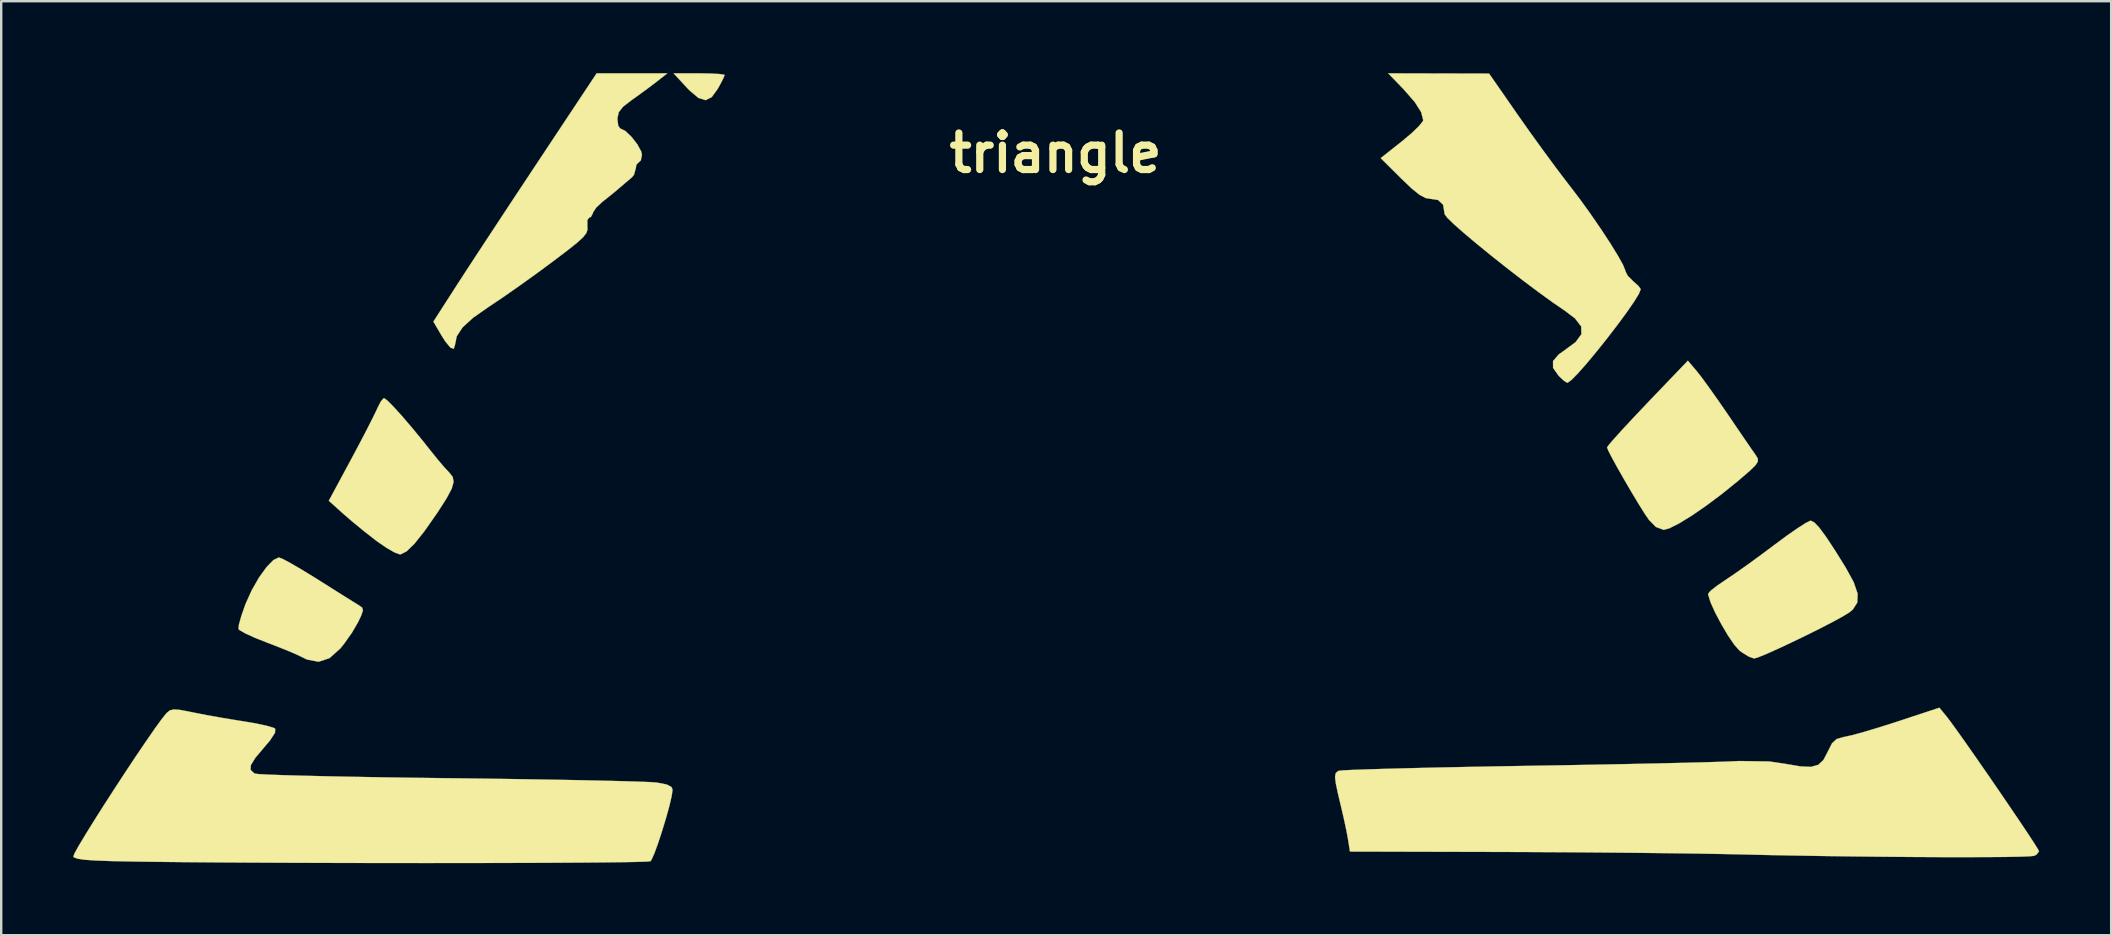
<source format=kicad_pcb>
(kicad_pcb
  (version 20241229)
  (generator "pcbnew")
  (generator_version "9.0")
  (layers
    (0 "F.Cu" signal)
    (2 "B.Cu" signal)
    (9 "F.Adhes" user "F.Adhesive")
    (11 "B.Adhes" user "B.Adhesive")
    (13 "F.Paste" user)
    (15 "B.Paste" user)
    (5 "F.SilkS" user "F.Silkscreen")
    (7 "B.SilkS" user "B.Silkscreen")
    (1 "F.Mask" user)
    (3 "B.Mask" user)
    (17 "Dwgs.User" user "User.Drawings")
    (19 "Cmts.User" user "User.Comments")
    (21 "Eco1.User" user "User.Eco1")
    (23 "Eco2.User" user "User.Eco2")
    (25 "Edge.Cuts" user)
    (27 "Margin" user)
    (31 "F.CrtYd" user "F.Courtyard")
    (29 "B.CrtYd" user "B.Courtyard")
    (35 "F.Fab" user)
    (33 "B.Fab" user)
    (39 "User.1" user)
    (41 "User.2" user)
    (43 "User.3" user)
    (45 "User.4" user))
  (footprint "triangle"
    (layer "F.Cu")
    (at 40.924 3.324)
    (property "Reference" "triangle" (at 0 0 0) (layer "F.SilkS") (effects (font (size 1.524 1.524) (thickness 0.3))))
    (attr through_hole)
    (fp_poly (pts (xy -14.363 -3.311) (xy -13.994 -3.29) (xy -13.8 -3.26) (xy -13.785 -3.248) (xy -13.843 -3.104) (xy -13.989 -2.823) (xy -14.072 -2.675) (xy -14.323 -2.329) (xy -14.58 -2.201) (xy -14.877 -2.293) (xy -15.25 -2.607) (xy -15.39 -2.754) (xy -15.911 -3.319) (xy -14.848 -3.319) (xy -14.363 -3.311)) (stroke (width 0.01) (type solid)) (fill yes) (layer "F.SilkS"))
    (fp_poly (pts (xy -27.842 10.306) (xy -27.583 10.566) (xy -27.23 10.955) (xy -26.815 11.439) (xy -26.37 11.98) (xy -26.058 12.373) (xy -25.74 12.768) (xy -25.449 13.11) (xy -25.255 13.316) (xy -25.114 13.495) (xy -25.077 13.705) (xy -25.157 13.987) (xy -25.368 14.383) (xy -25.721 14.935) (xy -25.761 14.995) (xy -26.285 15.745) (xy -26.706 16.275) (xy -27.037 16.596) (xy -27.285 16.719) (xy -27.314 16.721) (xy -27.524 16.647) (xy -27.862 16.455) (xy -28.259 16.183) (xy -28.29 16.16) (xy -28.783 15.776) (xy -29.303 15.35) (xy -29.657 15.044) (xy -30.276 14.487) (xy -29.357 12.782) (xy -29.019 12.148) (xy -28.711 11.559) (xy -28.461 11.068) (xy -28.295 10.727) (xy -28.258 10.644) (xy -28.115 10.361) (xy -27.993 10.216) (xy -27.975 10.211) (xy -27.842 10.306)) (stroke (width 0.01) (type solid)) (fill yes) (layer "F.SilkS"))
    (fp_poly (pts (xy -32.194 16.913) (xy -31.859 17.092) (xy -31.401 17.359) (xy -30.863 17.688) (xy -30.727 17.774) (xy -30.167 18.127) (xy -29.668 18.441) (xy -29.278 18.684) (xy -29.046 18.827) (xy -29.023 18.842) (xy -28.886 18.94) (xy -28.854 19.062) (xy -28.931 19.282) (xy -29.056 19.544) (xy -29.31 19.981) (xy -29.642 20.45) (xy -29.8 20.645) (xy -30.248 21.044) (xy -30.7 21.194) (xy -31.185 21.103) (xy -31.399 20.998) (xy -31.659 20.874) (xy -32.086 20.694) (xy -32.605 20.489) (xy -32.85 20.396) (xy -33.347 20.199) (xy -33.746 20.018) (xy -33.99 19.88) (xy -34.038 19.832) (xy -34.021 19.652) (xy -33.926 19.305) (xy -33.771 18.859) (xy -33.736 18.766) (xy -33.482 18.206) (xy -33.182 17.684) (xy -32.87 17.251) (xy -32.583 16.956) (xy -32.359 16.848) (xy -32.194 16.913)) (stroke (width 0.01) (type solid)) (fill yes) (layer "F.SilkS"))
    (fp_poly (pts (xy 26.706 9.081) (xy 26.918 9.351) (xy 27.23 9.777) (xy 27.601 10.302) (xy 27.993 10.869) (xy 28.023 10.913) (xy 28.395 11.461) (xy 28.732 11.954) (xy 28.998 12.342) (xy 29.16 12.574) (xy 29.173 12.592) (xy 29.255 12.727) (xy 29.259 12.853) (xy 29.156 13.012) (xy 28.918 13.243) (xy 28.516 13.589) (xy 28.439 13.655) (xy 27.773 14.194) (xy 27.115 14.687) (xy 26.501 15.11) (xy 25.969 15.435) (xy 25.559 15.64) (xy 25.332 15.699) (xy 25.012 15.58) (xy 24.721 15.285) (xy 24.539 15.017) (xy 24.288 14.616) (xy 23.997 14.132) (xy 23.696 13.617) (xy 23.413 13.121) (xy 23.18 12.696) (xy 23.024 12.392) (xy 22.975 12.265) (xy 23.059 12.147) (xy 23.294 11.876) (xy 23.651 11.482) (xy 24.105 10.995) (xy 24.626 10.445) (xy 24.658 10.411) (xy 26.342 8.652) (xy 26.706 9.081)) (stroke (width 0.01) (type solid)) (fill yes) (layer "F.SilkS"))
    (fp_poly (pts (xy 31.604 15.386) (xy 31.815 15.605) (xy 32.103 15.995) (xy 32.484 16.574) (xy 32.914 17.265) (xy 33.254 17.886) (xy 33.415 18.361) (xy 33.401 18.727) (xy 33.215 19.018) (xy 33.069 19.138) (xy 32.802 19.302) (xy 32.379 19.533) (xy 31.847 19.808) (xy 31.255 20.103) (xy 30.651 20.394) (xy 30.085 20.659) (xy 29.605 20.874) (xy 29.258 21.015) (xy 29.102 21.059) (xy 28.885 20.983) (xy 28.583 20.797) (xy 28.495 20.73) (xy 28.282 20.494) (xy 28.017 20.105) (xy 27.737 19.632) (xy 27.48 19.146) (xy 27.285 18.714) (xy 27.191 18.406) (xy 27.187 18.36) (xy 27.287 18.24) (xy 27.548 18.033) (xy 27.911 17.786) (xy 28.303 17.522) (xy 28.827 17.152) (xy 29.411 16.726) (xy 29.955 16.32) (xy 30.464 15.943) (xy 30.912 15.631) (xy 31.254 15.413) (xy 31.446 15.318) (xy 31.458 15.317) (xy 31.604 15.386)) (stroke (width 0.01) (type solid)) (fill yes) (layer "F.SilkS"))
    (fp_poly (pts (xy -16.622 -2.968) (xy -16.999 -2.682) (xy -17.449 -2.354) (xy -17.661 -2.204) (xy -18.017 -1.929) (xy -18.197 -1.699) (xy -18.252 -1.445) (xy -18.252 -1.407) (xy -18.218 -1.137) (xy -18.137 -1.021) (xy -18.134 -1.021) (xy -17.926 -0.921) (xy -17.667 -0.675) (xy -17.423 -0.362) (xy -17.261 -0.063) (xy -17.231 0.074) (xy -17.276 0.309) (xy -17.359 0.383) (xy -17.463 0.49) (xy -17.486 0.633) (xy -17.562 0.907) (xy -17.646 1.012) (xy -17.85 1.183) (xy -18.127 1.42) (xy -18.145 1.436) (xy -18.491 1.726) (xy -18.863 2.021) (xy -18.879 2.034) (xy -19.134 2.27) (xy -19.267 2.474) (xy -19.273 2.508) (xy -19.357 2.665) (xy -19.415 2.68) (xy -19.505 2.79) (xy -19.505 3.041) (xy -19.499 3.192) (xy -19.55 3.339) (xy -19.686 3.512) (xy -19.936 3.741) (xy -20.331 4.056) (xy -20.899 4.486) (xy -20.998 4.56) (xy -21.653 5.043) (xy -22.347 5.541) (xy -23.004 5.999) (xy -23.547 6.365) (xy -23.624 6.415) (xy -24.273 6.87) (xy -24.705 7.267) (xy -24.945 7.632) (xy -25.017 7.983) (xy -25.068 8.156) (xy -25.209 8.108) (xy -25.424 7.849) (xy -25.584 7.596) (xy -25.919 7.024) (xy -24.926 5.48) (xy -24.606 4.986) (xy -24.171 4.32) (xy -23.647 3.522) (xy -23.062 2.633) (xy -22.441 1.692) (xy -21.811 0.74) (xy -21.525 0.309) (xy -19.118 -3.319) (xy -16.175 -3.319) (xy -16.622 -2.968)) (stroke (width 0.01) (type solid)) (fill yes) (layer "F.SilkS"))
    (fp_poly (pts (xy 18.061 -3.309) (xy 19.273 -1.565) (xy 19.772 -0.858) (xy 20.31 -0.113) (xy 20.834 0.598) (xy 21.289 1.198) (xy 21.421 1.368) (xy 21.857 1.94) (xy 22.301 2.557) (xy 22.728 3.179) (xy 23.112 3.765) (xy 23.426 4.275) (xy 23.644 4.667) (xy 23.739 4.903) (xy 23.741 4.924) (xy 23.833 5.111) (xy 24.055 5.334) (xy 24.06 5.338) (xy 24.282 5.537) (xy 24.379 5.672) (xy 24.379 5.675) (xy 24.302 5.867) (xy 24.093 6.207) (xy 23.781 6.657) (xy 23.398 7.176) (xy 22.975 7.727) (xy 22.542 8.269) (xy 22.13 8.764) (xy 21.77 9.172) (xy 21.493 9.455) (xy 21.329 9.572) (xy 21.319 9.573) (xy 21.18 9.489) (xy 20.963 9.286) (xy 20.955 9.277) (xy 20.726 8.95) (xy 20.725 8.667) (xy 20.962 8.391) (xy 21.182 8.236) (xy 21.669 7.875) (xy 21.908 7.546) (xy 21.899 7.227) (xy 21.642 6.892) (xy 21.22 6.572) (xy 20.701 6.216) (xy 20.102 5.782) (xy 19.453 5.295) (xy 18.788 4.781) (xy 18.138 4.265) (xy 17.533 3.772) (xy 17.007 3.329) (xy 16.589 2.961) (xy 16.313 2.692) (xy 16.21 2.549) (xy 16.21 2.546) (xy 16.145 2.155) (xy 15.933 1.956) (xy 15.657 1.915) (xy 15.423 1.878) (xy 15.168 1.746) (xy 14.844 1.486) (xy 14.403 1.065) (xy 14.402 1.064) (xy 13.545 0.213) (xy 14.431 -0.488) (xy 14.828 -0.821) (xy 15.133 -1.114) (xy 15.299 -1.319) (xy 15.317 -1.369) (xy 15.232 -1.702) (xy 14.966 -2.121) (xy 14.504 -2.651) (xy 14.445 -2.712) (xy 13.858 -3.319) (xy 18.061 -3.309)) (stroke (width 0.01) (type solid)) (fill yes) (layer "F.SilkS"))
    (fp_poly (pts (xy 37.106 23.457) (xy 37.288 23.695) (xy 37.573 24.088) (xy 37.938 24.602) (xy 38.358 25.203) (xy 38.812 25.857) (xy 39.276 26.531) (xy 39.726 27.191) (xy 40.14 27.802) (xy 40.495 28.332) (xy 40.766 28.746) (xy 40.931 29.011) (xy 40.972 29.091) (xy 40.87 29.226) (xy 40.77 29.279) (xy 40.589 29.299) (xy 40.179 29.315) (xy 39.569 29.326) (xy 38.785 29.332) (xy 37.855 29.334) (xy 36.806 29.333) (xy 35.664 29.327) (xy 34.457 29.317) (xy 33.213 29.304) (xy 31.958 29.287) (xy 30.72 29.266) (xy 29.526 29.243) (xy 28.655 29.222) (xy 27.803 29.204) (xy 26.74 29.186) (xy 25.51 29.169) (xy 24.159 29.154) (xy 22.73 29.141) (xy 21.267 29.13) (xy 19.816 29.122) (xy 18.737 29.118) (xy 12.265 29.102) (xy 12.19 28.623) (xy 12.119 28.239) (xy 12.011 27.731) (xy 11.914 27.315) (xy 11.765 26.686) (xy 11.675 26.261) (xy 11.644 25.996) (xy 11.667 25.845) (xy 11.741 25.767) (xy 11.808 25.736) (xy 11.971 25.719) (xy 12.367 25.7) (xy 12.973 25.678) (xy 13.765 25.654) (xy 14.722 25.629) (xy 15.82 25.603) (xy 17.037 25.578) (xy 18.35 25.553) (xy 19.736 25.53) (xy 19.765 25.529) (xy 21.179 25.506) (xy 22.542 25.481) (xy 23.827 25.456) (xy 25.009 25.431) (xy 26.063 25.407) (xy 26.962 25.384) (xy 27.681 25.363) (xy 28.194 25.344) (xy 28.463 25.33) (xy 29.734 25.348) (xy 30.397 25.446) (xy 31.032 25.554) (xy 31.475 25.573) (xy 31.777 25.488) (xy 31.99 25.286) (xy 32.166 24.95) (xy 32.169 24.942) (xy 32.346 24.593) (xy 32.539 24.413) (xy 32.838 24.328) (xy 32.891 24.319) (xy 33.191 24.252) (xy 33.671 24.12) (xy 34.272 23.94) (xy 34.933 23.731) (xy 35.098 23.677) (xy 36.819 23.109) (xy 37.106 23.457)) (stroke (width 0.01) (type solid)) (fill yes) (layer "F.SilkS"))
    (fp_poly (pts (xy -36.477 23.2) (xy -36.048 23.281) (xy -35.931 23.306) (xy -35.376 23.415) (xy -34.693 23.536) (xy -34.008 23.649) (xy -33.838 23.675) (xy -33.304 23.766) (xy -32.862 23.861) (xy -32.577 23.946) (xy -32.51 23.982) (xy -32.517 24.153) (xy -32.727 24.475) (xy -32.976 24.768) (xy -33.339 25.199) (xy -33.522 25.497) (xy -33.536 25.697) (xy -33.393 25.833) (xy -33.345 25.857) (xy -33.181 25.876) (xy -32.784 25.897) (xy -32.177 25.919) (xy -31.382 25.941) (xy -30.422 25.964) (xy -29.319 25.986) (xy -28.095 26.008) (xy -26.774 26.027) (xy -25.378 26.045) (xy -25.197 26.047) (xy -23.777 26.064) (xy -22.418 26.084) (xy -21.143 26.104) (xy -19.977 26.125) (xy -18.944 26.147) (xy -18.068 26.168) (xy -17.372 26.189) (xy -16.883 26.208) (xy -16.622 26.226) (xy -16.613 26.227) (xy -16.199 26.307) (xy -15.996 26.415) (xy -15.955 26.529) (xy -15.992 26.79) (xy -16.089 27.204) (xy -16.229 27.712) (xy -16.393 28.25) (xy -16.56 28.759) (xy -16.713 29.178) (xy -16.832 29.444) (xy -16.878 29.505) (xy -17.025 29.519) (xy -17.405 29.532) (xy -17.997 29.543) (xy -18.779 29.553) (xy -19.728 29.561) (xy -20.823 29.568) (xy -22.042 29.573) (xy -23.363 29.577) (xy -24.764 29.579) (xy -26.223 29.58) (xy -27.718 29.579) (xy -29.228 29.577) (xy -30.731 29.573) (xy -32.203 29.568) (xy -33.625 29.561) (xy -34.973 29.553) (xy -36.227 29.543) (xy -37.363 29.531) (xy -38.36 29.518) (xy -38.456 29.516) (xy -39.343 29.498) (xy -40.003 29.474) (xy -40.463 29.442) (xy -40.75 29.398) (xy -40.894 29.342) (xy -40.919 29.31) (xy -40.866 29.171) (xy -40.691 28.856) (xy -40.415 28.396) (xy -40.062 27.827) (xy -39.653 27.181) (xy -39.209 26.493) (xy -38.753 25.795) (xy -38.306 25.122) (xy -37.89 24.508) (xy -37.528 23.985) (xy -37.241 23.588) (xy -37.051 23.35) (xy -37.035 23.333) (xy -36.903 23.224) (xy -36.74 23.18) (xy -36.477 23.2)) (stroke (width 0.01) (type solid)) (fill yes) (layer "F.SilkS")))
  (gr_rect
    (start -3 -3)
    (end 84.901 35.909)
    (stroke (width 0.1) (type default))
    (fill no)
    (layer "Edge.Cuts")))
</source>
